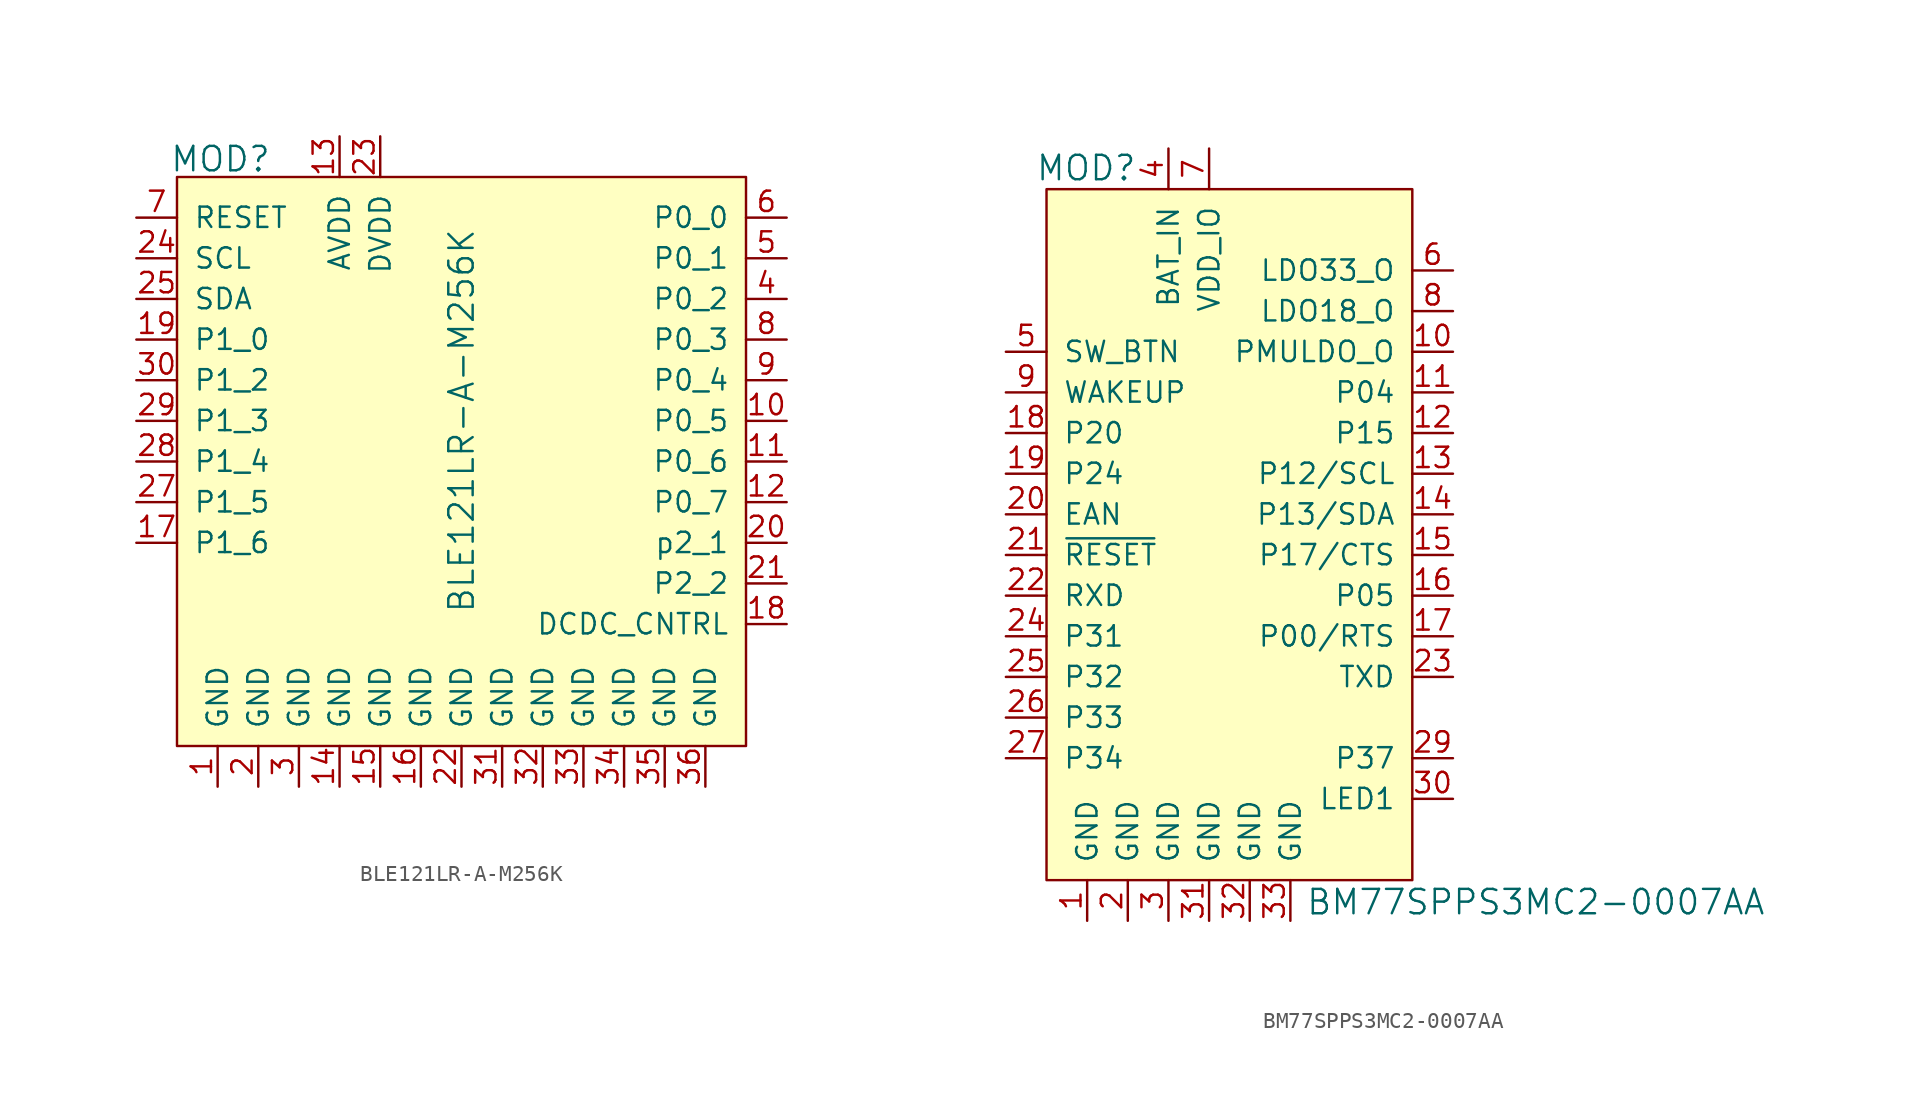
<source format=kicad_sym>
(kicad_symbol_lib
  (version 20231120)
  (generator "kicad_symbol_editor")
  (generator_version "8.0")
  (symbol "BLE121LR-A-M256K"
    (pin_names
      (offset 1.016))
    (property "Reference" "MOD"
      (at -15.062 16.358 0)
      (effects (font (size 1.524 1.524))))
    (property "Value" "BLE121LR-A-M256K"
      (at 0 0 90)
      (effects (font (size 1.524 1.524))))
    (symbol "BLE121LR-A-M256K_0_1"
      (rectangle (start -17.78 15.24) (end 17.78 -20.32) (stroke (width 0) (type default)) (fill (type background))))
    (symbol "BLE121LR-A-M256K_1_1"
      (pin power_in line (at -15.24 -22.86 90) (length 2.54) (name "GND" (effects (font (size 1.27 1.27)))) (number "1" (effects (font (size 1.27 1.27)))))
      (pin bidirectional line (at 20.32 0 180) (length 2.54) (name "P0_5" (effects (font (size 1.27 1.27)))) (number "10" (effects (font (size 1.27 1.27)))))
      (pin bidirectional line (at 20.32 -2.54 180) (length 2.54) (name "P0_6" (effects (font (size 1.27 1.27)))) (number "11" (effects (font (size 1.27 1.27)))))
      (pin bidirectional line (at 20.32 -5.08 180) (length 2.54) (name "P0_7" (effects (font (size 1.27 1.27)))) (number "12" (effects (font (size 1.27 1.27)))))
      (pin power_in line (at -7.62 17.78 270) (length 2.54) (name "AVDD" (effects (font (size 1.27 1.27)))) (number "13" (effects (font (size 1.27 1.27)))))
      (pin power_in line (at -7.62 -22.86 90) (length 2.54) (name "GND" (effects (font (size 1.27 1.27)))) (number "14" (effects (font (size 1.27 1.27)))))
      (pin power_in line (at -5.08 -22.86 90) (length 2.54) (name "GND" (effects (font (size 1.27 1.27)))) (number "15" (effects (font (size 1.27 1.27)))))
      (pin power_in line (at -2.54 -22.86 90) (length 2.54) (name "GND" (effects (font (size 1.27 1.27)))) (number "16" (effects (font (size 1.27 1.27)))))
      (pin bidirectional line (at -20.32 -7.62 0) (length 2.54) (name "P1_6" (effects (font (size 1.27 1.27)))) (number "17" (effects (font (size 1.27 1.27)))))
      (pin bidirectional line (at 20.32 -12.7 180) (length 2.54) (name "DCDC_CNTRL" (effects (font (size 1.27 1.27)))) (number "18" (effects (font (size 1.27 1.27)))))
      (pin bidirectional line (at -20.32 5.08 0) (length 2.54) (name "P1_0" (effects (font (size 1.27 1.27)))) (number "19" (effects (font (size 1.27 1.27)))))
      (pin power_in line (at -12.7 -22.86 90) (length 2.54) (name "GND" (effects (font (size 1.27 1.27)))) (number "2" (effects (font (size 1.27 1.27)))))
      (pin bidirectional line (at 20.32 -7.62 180) (length 2.54) (name "p2_1" (effects (font (size 1.27 1.27)))) (number "20" (effects (font (size 1.27 1.27)))))
      (pin bidirectional line (at 20.32 -10.16 180) (length 2.54) (name "P2_2" (effects (font (size 1.27 1.27)))) (number "21" (effects (font (size 1.27 1.27)))))
      (pin power_in line (at 0 -22.86 90) (length 2.54) (name "GND" (effects (font (size 1.27 1.27)))) (number "22" (effects (font (size 1.27 1.27)))))
      (pin power_in line (at -5.08 17.78 270) (length 2.54) (name "DVDD" (effects (font (size 1.27 1.27)))) (number "23" (effects (font (size 1.27 1.27)))))
      (pin input line (at -20.32 10.16 0) (length 2.54) (name "SCL" (effects (font (size 1.27 1.27)))) (number "24" (effects (font (size 1.27 1.27)))))
      (pin bidirectional line (at -20.32 7.62 0) (length 2.54) (name "SDA" (effects (font (size 1.27 1.27)))) (number "25" (effects (font (size 1.27 1.27)))))
      (pin no_connect line (at -17.78 -12.7 0) (length 2.54) hide (name "NC" (effects (font (size 1.27 1.27)))) (number "26" (effects (font (size 1.27 1.27)))))
      (pin bidirectional line (at -20.32 -5.08 0) (length 2.54) (name "P1_5" (effects (font (size 1.27 1.27)))) (number "27" (effects (font (size 1.27 1.27)))))
      (pin bidirectional line (at -20.32 -2.54 0) (length 2.54) (name "P1_4" (effects (font (size 1.27 1.27)))) (number "28" (effects (font (size 1.27 1.27)))))
      (pin bidirectional line (at -20.32 0 0) (length 2.54) (name "P1_3" (effects (font (size 1.27 1.27)))) (number "29" (effects (font (size 1.27 1.27)))))
      (pin power_in line (at -10.16 -22.86 90) (length 2.54) (name "GND" (effects (font (size 1.27 1.27)))) (number "3" (effects (font (size 1.27 1.27)))))
      (pin bidirectional line (at -20.32 2.54 0) (length 2.54) (name "P1_2" (effects (font (size 1.27 1.27)))) (number "30" (effects (font (size 1.27 1.27)))))
      (pin power_in line (at 2.54 -22.86 90) (length 2.54) (name "GND" (effects (font (size 1.27 1.27)))) (number "31" (effects (font (size 1.27 1.27)))))
      (pin power_in line (at 5.08 -22.86 90) (length 2.54) (name "GND" (effects (font (size 1.27 1.27)))) (number "32" (effects (font (size 1.27 1.27)))))
      (pin power_in line (at 7.62 -22.86 90) (length 2.54) (name "GND" (effects (font (size 1.27 1.27)))) (number "33" (effects (font (size 1.27 1.27)))))
      (pin power_in line (at 10.16 -22.86 90) (length 2.54) (name "GND" (effects (font (size 1.27 1.27)))) (number "34" (effects (font (size 1.27 1.27)))))
      (pin power_in line (at 12.7 -22.86 90) (length 2.54) (name "GND" (effects (font (size 1.27 1.27)))) (number "35" (effects (font (size 1.27 1.27)))))
      (pin power_in line (at 15.24 -22.86 90) (length 2.54) (name "GND" (effects (font (size 1.27 1.27)))) (number "36" (effects (font (size 1.27 1.27)))))
      (pin bidirectional line (at 20.32 7.62 180) (length 2.54) (name "P0_2" (effects (font (size 1.27 1.27)))) (number "4" (effects (font (size 1.27 1.27)))))
      (pin bidirectional line (at 20.32 10.16 180) (length 2.54) (name "P0_1" (effects (font (size 1.27 1.27)))) (number "5" (effects (font (size 1.27 1.27)))))
      (pin bidirectional line (at 20.32 12.7 180) (length 2.54) (name "P0_0" (effects (font (size 1.27 1.27)))) (number "6" (effects (font (size 1.27 1.27)))))
      (pin input line (at -20.32 12.7 0) (length 2.54) (name "RESET" (effects (font (size 1.27 1.27)))) (number "7" (effects (font (size 1.27 1.27)))))
      (pin bidirectional line (at 20.32 5.08 180) (length 2.54) (name "P0_3" (effects (font (size 1.27 1.27)))) (number "8" (effects (font (size 1.27 1.27)))))
      (pin bidirectional line (at 20.32 2.54 180) (length 2.54) (name "P0_4" (effects (font (size 1.27 1.27)))) (number "9" (effects (font (size 1.27 1.27)))))))
  (symbol "BM77SPPS3MC2-0007AA"
    (pin_names
      (offset 1.016))
    (property "Reference" "MOD"
      (at -4.496 14.021 0)
      (effects (font (size 1.524 1.524)) (justify right)))
    (property "Value" "BM77SPPS3MC2-0007AA"
      (at 6.02 -31.852 0)
      (effects (font (size 1.524 1.524)) (justify left)))
    (symbol "BM77SPPS3MC2-0007AA_1_1"
      (rectangle (start -10.16 12.7) (end 12.7 -30.48) (stroke (width 0) (type default)) (fill (type background)))
      (pin power_in line (at -7.62 -33.02 90) (length 2.54) (name "GND" (effects (font (size 1.27 1.27)))) (number "1" (effects (font (size 1.27 1.27)))))
      (pin output line (at 15.24 2.54 180) (length 2.54) (name "PMULDO_O" (effects (font (size 1.27 1.27)))) (number "10" (effects (font (size 1.27 1.27)))))
      (pin output line (at 15.24 0 180) (length 2.54) (name "P04" (effects (font (size 1.27 1.27)))) (number "11" (effects (font (size 1.27 1.27)))))
      (pin output line (at 15.24 -2.54 180) (length 2.54) (name "P15" (effects (font (size 1.27 1.27)))) (number "12" (effects (font (size 1.27 1.27)))))
      (pin output line (at 15.24 -5.08 180) (length 2.54) (name "P12/SCL" (effects (font (size 1.27 1.27)))) (number "13" (effects (font (size 1.27 1.27)))))
      (pin bidirectional line (at 15.24 -7.62 180) (length 2.54) (name "P13/SDA" (effects (font (size 1.27 1.27)))) (number "14" (effects (font (size 1.27 1.27)))))
      (pin bidirectional line (at 15.24 -10.16 180) (length 2.54) (name "P17/CTS" (effects (font (size 1.27 1.27)))) (number "15" (effects (font (size 1.27 1.27)))))
      (pin bidirectional line (at 15.24 -12.7 180) (length 2.54) (name "P05" (effects (font (size 1.27 1.27)))) (number "16" (effects (font (size 1.27 1.27)))))
      (pin bidirectional line (at 15.24 -15.24 180) (length 2.54) (name "P00/RTS" (effects (font (size 1.27 1.27)))) (number "17" (effects (font (size 1.27 1.27)))))
      (pin input line (at -12.7 -2.54 0) (length 2.54) (name "P20" (effects (font (size 1.27 1.27)))) (number "18" (effects (font (size 1.27 1.27)))))
      (pin input line (at -12.7 -5.08 0) (length 2.54) (name "P24" (effects (font (size 1.27 1.27)))) (number "19" (effects (font (size 1.27 1.27)))))
      (pin power_in line (at -5.08 -33.02 90) (length 2.54) (name "GND" (effects (font (size 1.27 1.27)))) (number "2" (effects (font (size 1.27 1.27)))))
      (pin input line (at -12.7 -7.62 0) (length 2.54) (name "EAN" (effects (font (size 1.27 1.27)))) (number "20" (effects (font (size 1.27 1.27)))))
      (pin input line (at -12.7 -10.16 0) (length 2.54) (name "~{RESET}" (effects (font (size 1.27 1.27)))) (number "21" (effects (font (size 1.27 1.27)))))
      (pin input line (at -12.7 -12.7 0) (length 2.54) (name "RXD" (effects (font (size 1.27 1.27)))) (number "22" (effects (font (size 1.27 1.27)))))
      (pin output line (at 15.24 -17.78 180) (length 2.54) (name "TXD" (effects (font (size 1.27 1.27)))) (number "23" (effects (font (size 1.27 1.27)))))
      (pin bidirectional line (at -12.7 -15.24 0) (length 2.54) (name "P31" (effects (font (size 1.27 1.27)))) (number "24" (effects (font (size 1.27 1.27)))))
      (pin bidirectional line (at -12.7 -17.78 0) (length 2.54) (name "P32" (effects (font (size 1.27 1.27)))) (number "25" (effects (font (size 1.27 1.27)))))
      (pin bidirectional line (at -12.7 -20.32 0) (length 2.54) (name "P33" (effects (font (size 1.27 1.27)))) (number "26" (effects (font (size 1.27 1.27)))))
      (pin bidirectional line (at -12.7 -22.86 0) (length 2.54) (name "P34" (effects (font (size 1.27 1.27)))) (number "27" (effects (font (size 1.27 1.27)))))
      (pin no_connect line (at 12.7 -20.32 180) (length 2.54) hide (name "P36" (effects (font (size 1.27 1.27)))) (number "28" (effects (font (size 1.27 1.27)))))
      (pin bidirectional line (at 15.24 -22.86 180) (length 2.54) (name "P37" (effects (font (size 1.27 1.27)))) (number "29" (effects (font (size 1.27 1.27)))))
      (pin power_in line (at -2.54 -33.02 90) (length 2.54) (name "GND" (effects (font (size 1.27 1.27)))) (number "3" (effects (font (size 1.27 1.27)))))
      (pin output line (at 15.24 -25.4 180) (length 2.54) (name "LED1" (effects (font (size 1.27 1.27)))) (number "30" (effects (font (size 1.27 1.27)))))
      (pin power_in line (at 0 -33.02 90) (length 2.54) (name "GND" (effects (font (size 1.27 1.27)))) (number "31" (effects (font (size 1.27 1.27)))))
      (pin power_in line (at 2.54 -33.02 90) (length 2.54) (name "GND" (effects (font (size 1.27 1.27)))) (number "32" (effects (font (size 1.27 1.27)))))
      (pin power_in line (at 5.08 -33.02 90) (length 2.54) (name "GND" (effects (font (size 1.27 1.27)))) (number "33" (effects (font (size 1.27 1.27)))))
      (pin power_in line (at -2.54 15.24 270) (length 2.54) (name "BAT_IN" (effects (font (size 1.27 1.27)))) (number "4" (effects (font (size 1.27 1.27)))))
      (pin input line (at -12.7 2.54 0) (length 2.54) (name "SW_BTN" (effects (font (size 1.27 1.27)))) (number "5" (effects (font (size 1.27 1.27)))))
      (pin power_out line (at 15.24 7.62 180) (length 2.54) (name "LDO33_O" (effects (font (size 1.27 1.27)))) (number "6" (effects (font (size 1.27 1.27)))))
      (pin power_in line (at 0 15.24 270) (length 2.54) (name "VDD_IO" (effects (font (size 1.27 1.27)))) (number "7" (effects (font (size 1.27 1.27)))))
      (pin power_out line (at 15.24 5.08 180) (length 2.54) (name "LDO18_O" (effects (font (size 1.27 1.27)))) (number "8" (effects (font (size 1.27 1.27)))))
      (pin input line (at -12.7 0 0) (length 2.54) (name "WAKEUP" (effects (font (size 1.27 1.27)))) (number "9" (effects (font (size 1.27 1.27))))))))
</source>
